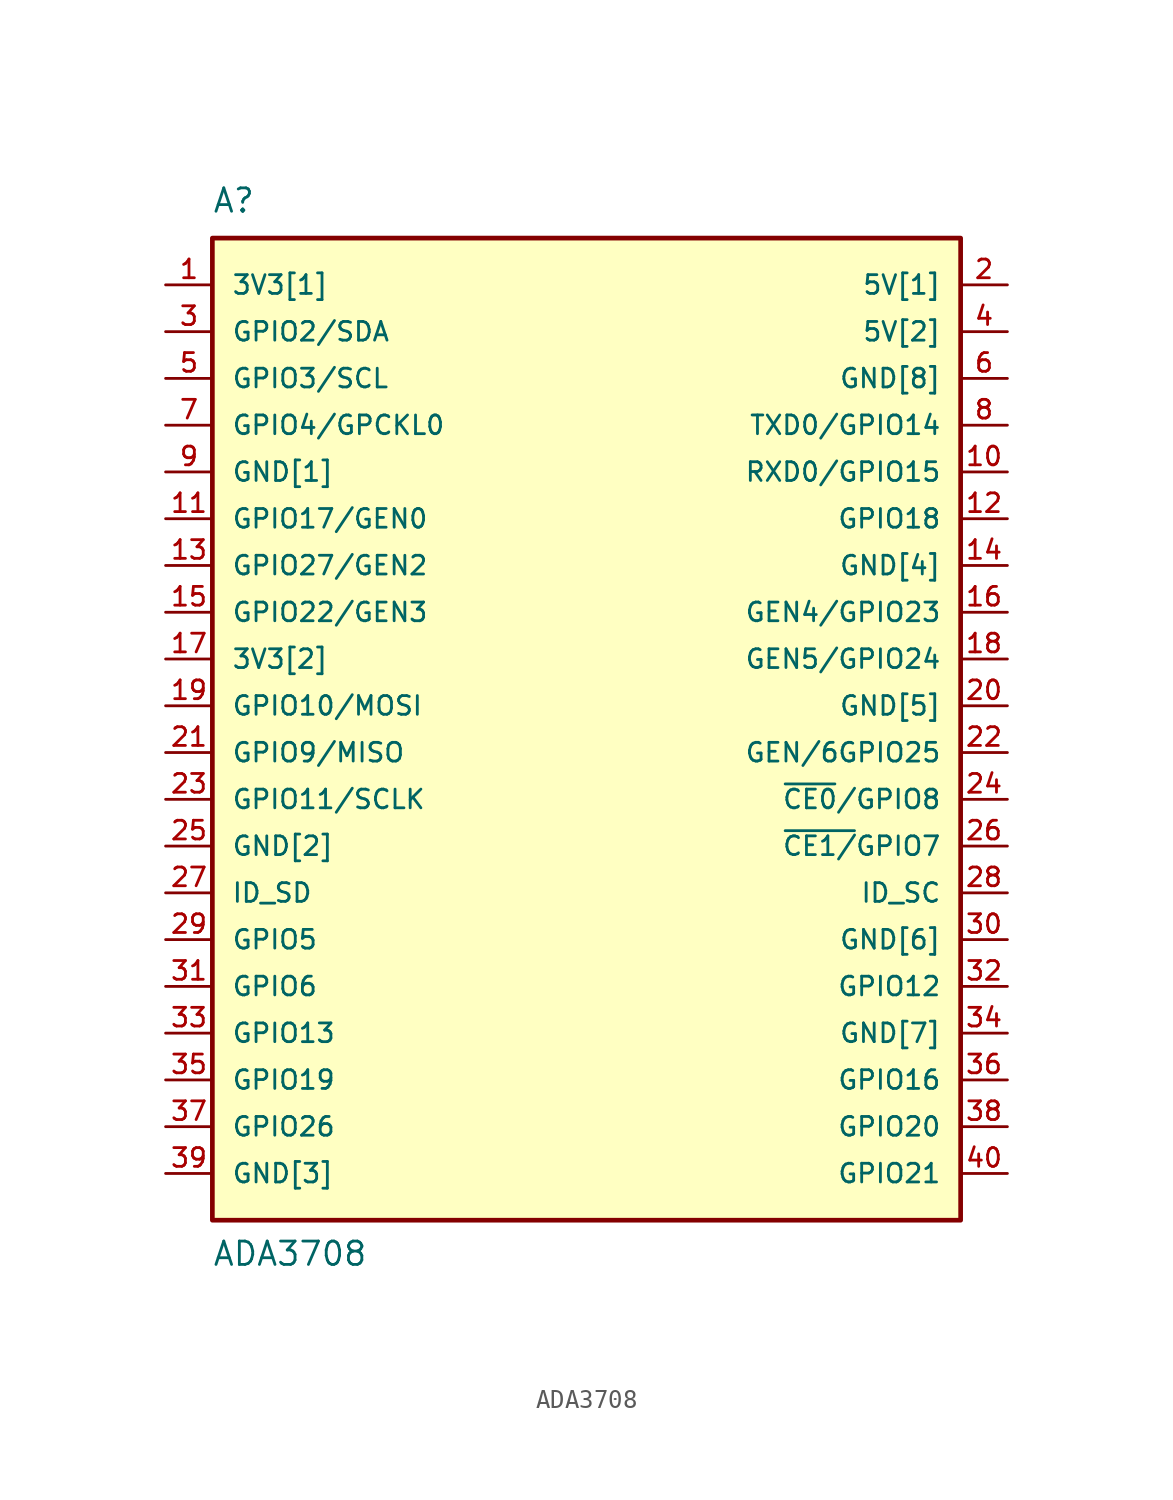
<source format=kicad_sym>
(kicad_symbol_lib
  (version 20211014)
  (generator kicad_symbol_editor)
  (symbol "ADA3708"
    (pin_names
      (offset 1.016))
    (property "Reference" "A"
      (at -20.345 26.695 0)
      (effects (font (size 1.27 1.27)) (justify left bottom)))
    (property "Value" "ADA3708"
      (at -20.345 -30.505 0)
      (effects (font (size 1.27 1.27)) (justify left bottom)))
    (symbol "ADA3708_0_0"
      (rectangle (start -20.32 -27.94) (end 20.32 25.4) (stroke (width 0.254) (type default) (color 0 0 0 0)) (fill (type background)))
      (pin power_in line (at -22.86 22.86 0) (length 2.54) (name "3V3[1]" (effects (font (size 1.016 1.016)))) (number "1" (effects (font (size 1.016 1.016)))))
      (pin bidirectional line (at 22.86 12.7 180) (length 2.54) (name "RXD0/GPIO15" (effects (font (size 1.016 1.016)))) (number "10" (effects (font (size 1.016 1.016)))))
      (pin bidirectional line (at -22.86 10.16 0) (length 2.54) (name "GPIO17/GEN0" (effects (font (size 1.016 1.016)))) (number "11" (effects (font (size 1.016 1.016)))))
      (pin bidirectional line (at 22.86 10.16 180) (length 2.54) (name "GPIO18" (effects (font (size 1.016 1.016)))) (number "12" (effects (font (size 1.016 1.016)))))
      (pin bidirectional line (at -22.86 7.62 0) (length 2.54) (name "GPIO27/GEN2" (effects (font (size 1.016 1.016)))) (number "13" (effects (font (size 1.016 1.016)))))
      (pin power_in line (at 22.86 7.62 180) (length 2.54) (name "GND[4]" (effects (font (size 1.016 1.016)))) (number "14" (effects (font (size 1.016 1.016)))))
      (pin bidirectional line (at -22.86 5.08 0) (length 2.54) (name "GPIO22/GEN3" (effects (font (size 1.016 1.016)))) (number "15" (effects (font (size 1.016 1.016)))))
      (pin bidirectional line (at 22.86 5.08 180) (length 2.54) (name "GEN4/GPIO23" (effects (font (size 1.016 1.016)))) (number "16" (effects (font (size 1.016 1.016)))))
      (pin power_in line (at -22.86 2.54 0) (length 2.54) (name "3V3[2]" (effects (font (size 1.016 1.016)))) (number "17" (effects (font (size 1.016 1.016)))))
      (pin bidirectional line (at 22.86 2.54 180) (length 2.54) (name "GEN5/GPIO24" (effects (font (size 1.016 1.016)))) (number "18" (effects (font (size 1.016 1.016)))))
      (pin bidirectional line (at -22.86 0 0) (length 2.54) (name "GPIO10/MOSI" (effects (font (size 1.016 1.016)))) (number "19" (effects (font (size 1.016 1.016)))))
      (pin power_in line (at 22.86 22.86 180) (length 2.54) (name "5V[1]" (effects (font (size 1.016 1.016)))) (number "2" (effects (font (size 1.016 1.016)))))
      (pin power_in line (at 22.86 0 180) (length 2.54) (name "GND[5]" (effects (font (size 1.016 1.016)))) (number "20" (effects (font (size 1.016 1.016)))))
      (pin bidirectional line (at -22.86 -2.54 0) (length 2.54) (name "GPIO9/MISO" (effects (font (size 1.016 1.016)))) (number "21" (effects (font (size 1.016 1.016)))))
      (pin bidirectional line (at 22.86 -2.54 180) (length 2.54) (name "GEN/6GPIO25" (effects (font (size 1.016 1.016)))) (number "22" (effects (font (size 1.016 1.016)))))
      (pin bidirectional line (at -22.86 -5.08 0) (length 2.54) (name "GPIO11/SCLK" (effects (font (size 1.016 1.016)))) (number "23" (effects (font (size 1.016 1.016)))))
      (pin bidirectional line (at 22.86 -5.08 180) (length 2.54) (name "~{CE0}/GPIO8" (effects (font (size 1.016 1.016)))) (number "24" (effects (font (size 1.016 1.016)))))
      (pin power_in line (at -22.86 -7.62 0) (length 2.54) (name "GND[2]" (effects (font (size 1.016 1.016)))) (number "25" (effects (font (size 1.016 1.016)))))
      (pin bidirectional line (at 22.86 -7.62 180) (length 2.54) (name "~{CE1/}GPIO7" (effects (font (size 1.016 1.016)))) (number "26" (effects (font (size 1.016 1.016)))))
      (pin bidirectional line (at -22.86 -10.16 0) (length 2.54) (name "ID_SD" (effects (font (size 1.016 1.016)))) (number "27" (effects (font (size 1.016 1.016)))))
      (pin bidirectional line (at 22.86 -10.16 180) (length 2.54) (name "ID_SC" (effects (font (size 1.016 1.016)))) (number "28" (effects (font (size 1.016 1.016)))))
      (pin bidirectional line (at -22.86 -12.7 0) (length 2.54) (name "GPIO5" (effects (font (size 1.016 1.016)))) (number "29" (effects (font (size 1.016 1.016)))))
      (pin bidirectional line (at -22.86 20.32 0) (length 2.54) (name "GPIO2/SDA" (effects (font (size 1.016 1.016)))) (number "3" (effects (font (size 1.016 1.016)))))
      (pin power_in line (at 22.86 -12.7 180) (length 2.54) (name "GND[6]" (effects (font (size 1.016 1.016)))) (number "30" (effects (font (size 1.016 1.016)))))
      (pin bidirectional line (at -22.86 -15.24 0) (length 2.54) (name "GPIO6" (effects (font (size 1.016 1.016)))) (number "31" (effects (font (size 1.016 1.016)))))
      (pin bidirectional line (at 22.86 -15.24 180) (length 2.54) (name "GPIO12" (effects (font (size 1.016 1.016)))) (number "32" (effects (font (size 1.016 1.016)))))
      (pin bidirectional line (at -22.86 -17.78 0) (length 2.54) (name "GPIO13" (effects (font (size 1.016 1.016)))) (number "33" (effects (font (size 1.016 1.016)))))
      (pin power_in line (at 22.86 -17.78 180) (length 2.54) (name "GND[7]" (effects (font (size 1.016 1.016)))) (number "34" (effects (font (size 1.016 1.016)))))
      (pin bidirectional line (at -22.86 -20.32 0) (length 2.54) (name "GPIO19" (effects (font (size 1.016 1.016)))) (number "35" (effects (font (size 1.016 1.016)))))
      (pin bidirectional line (at 22.86 -20.32 180) (length 2.54) (name "GPIO16" (effects (font (size 1.016 1.016)))) (number "36" (effects (font (size 1.016 1.016)))))
      (pin bidirectional line (at -22.86 -22.86 0) (length 2.54) (name "GPIO26" (effects (font (size 1.016 1.016)))) (number "37" (effects (font (size 1.016 1.016)))))
      (pin bidirectional line (at 22.86 -22.86 180) (length 2.54) (name "GPIO20" (effects (font (size 1.016 1.016)))) (number "38" (effects (font (size 1.016 1.016)))))
      (pin power_in line (at -22.86 -25.4 0) (length 2.54) (name "GND[3]" (effects (font (size 1.016 1.016)))) (number "39" (effects (font (size 1.016 1.016)))))
      (pin power_in line (at 22.86 20.32 180) (length 2.54) (name "5V[2]" (effects (font (size 1.016 1.016)))) (number "4" (effects (font (size 1.016 1.016)))))
      (pin bidirectional line (at 22.86 -25.4 180) (length 2.54) (name "GPIO21" (effects (font (size 1.016 1.016)))) (number "40" (effects (font (size 1.016 1.016)))))
      (pin bidirectional line (at -22.86 17.78 0) (length 2.54) (name "GPIO3/SCL" (effects (font (size 1.016 1.016)))) (number "5" (effects (font (size 1.016 1.016)))))
      (pin power_in line (at 22.86 17.78 180) (length 2.54) (name "GND[8]" (effects (font (size 1.016 1.016)))) (number "6" (effects (font (size 1.016 1.016)))))
      (pin bidirectional line (at -22.86 15.24 0) (length 2.54) (name "GPIO4/GPCKL0" (effects (font (size 1.016 1.016)))) (number "7" (effects (font (size 1.016 1.016)))))
      (pin bidirectional line (at 22.86 15.24 180) (length 2.54) (name "TXD0/GPIO14" (effects (font (size 1.016 1.016)))) (number "8" (effects (font (size 1.016 1.016)))))
      (pin power_in line (at -22.86 12.7 0) (length 2.54) (name "GND[1]" (effects (font (size 1.016 1.016)))) (number "9" (effects (font (size 1.016 1.016))))))))
</source>
